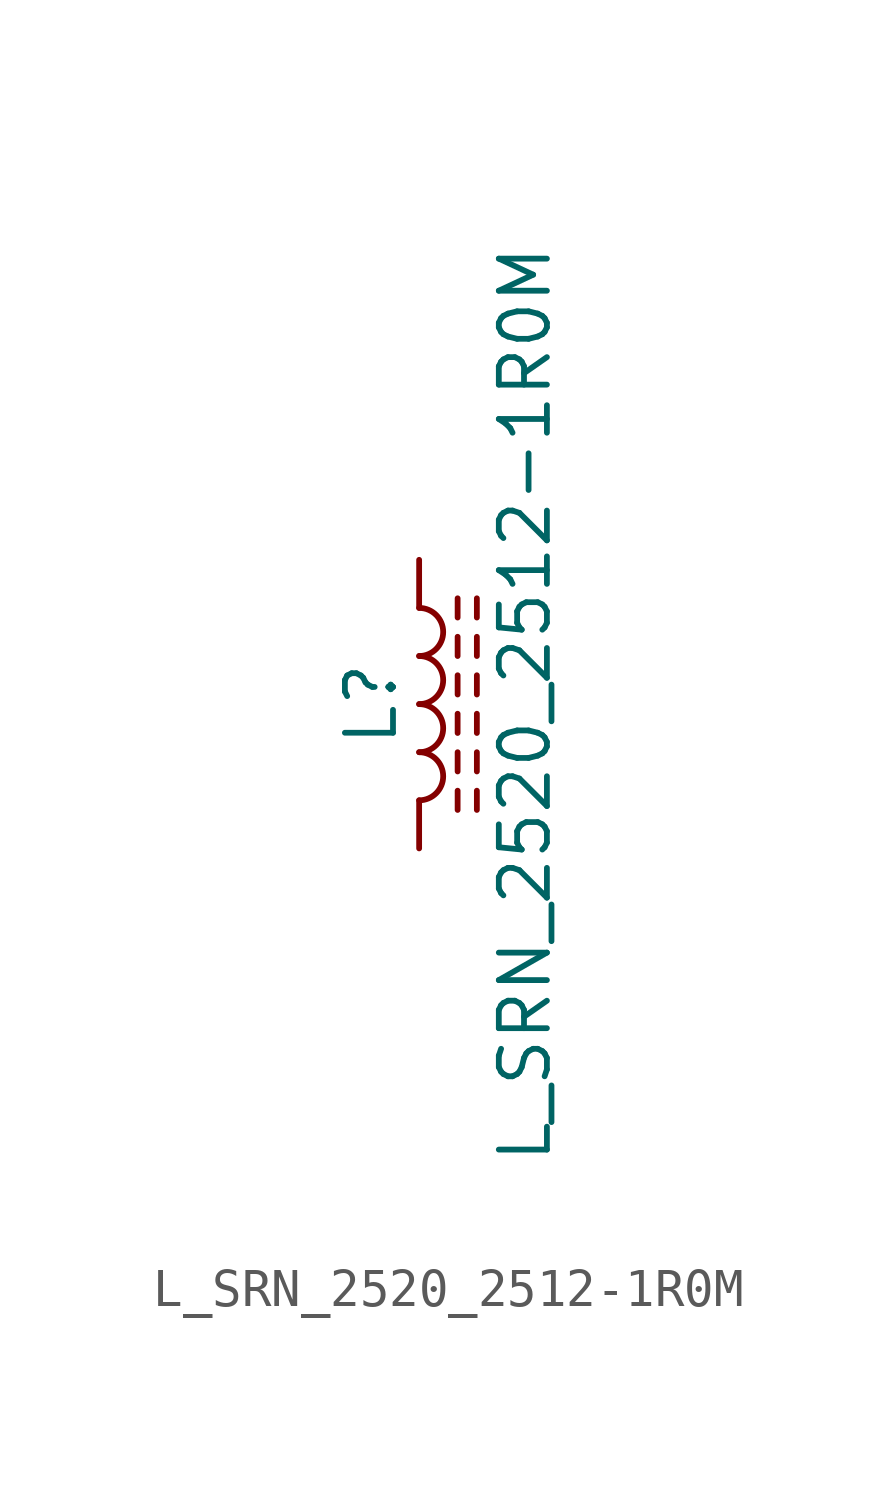
<source format=kicad_sym>
(kicad_symbol_lib
  (version 20211014)
  (generator kicad_symbol_editor)
  (symbol "L_SRN_2520_2512-1R0M"
    (pin_numbers hide)
    (pin_names
      (offset 1.016) hide)
    (property "Reference" "L"
      (at -1.27 0 90)
      (effects (font (size 1.27 1.27))))
    (property "Value" "L_SRN_2520_2512-1R0M"
      (at 2.794 0 90)
      (effects (font (size 1.27 1.27))))
    (symbol "L_SRN_2520_2512-1R0M_0_1"
      (arc (start 0 -2.54) (mid 0.635 -1.905) (end 0 -1.27) (stroke (width 0) (type default) (color 0 0 0 0)) (fill (type none)))
      (arc (start 0 -1.27) (mid 0.635 -0.635) (end 0 0) (stroke (width 0) (type default) (color 0 0 0 0)) (fill (type none)))
      (polyline (pts (xy 1.016 -2.794) (xy 1.016 -2.286)) (stroke (width 0) (type default) (color 0 0 0 0)) (fill (type none)))
      (polyline (pts (xy 1.016 -1.778) (xy 1.016 -1.27)) (stroke (width 0) (type default) (color 0 0 0 0)) (fill (type none)))
      (polyline (pts (xy 1.016 -0.762) (xy 1.016 -0.254)) (stroke (width 0) (type default) (color 0 0 0 0)) (fill (type none)))
      (polyline (pts (xy 1.016 0.254) (xy 1.016 0.762)) (stroke (width 0) (type default) (color 0 0 0 0)) (fill (type none)))
      (polyline (pts (xy 1.016 1.27) (xy 1.016 1.778)) (stroke (width 0) (type default) (color 0 0 0 0)) (fill (type none)))
      (polyline (pts (xy 1.016 2.286) (xy 1.016 2.794)) (stroke (width 0) (type default) (color 0 0 0 0)) (fill (type none)))
      (polyline (pts (xy 1.524 -2.286) (xy 1.524 -2.794)) (stroke (width 0) (type default) (color 0 0 0 0)) (fill (type none)))
      (polyline (pts (xy 1.524 -1.27) (xy 1.524 -1.778)) (stroke (width 0) (type default) (color 0 0 0 0)) (fill (type none)))
      (polyline (pts (xy 1.524 -0.254) (xy 1.524 -0.762)) (stroke (width 0) (type default) (color 0 0 0 0)) (fill (type none)))
      (polyline (pts (xy 1.524 0.762) (xy 1.524 0.254)) (stroke (width 0) (type default) (color 0 0 0 0)) (fill (type none)))
      (polyline (pts (xy 1.524 1.778) (xy 1.524 1.27)) (stroke (width 0) (type default) (color 0 0 0 0)) (fill (type none)))
      (polyline (pts (xy 1.524 2.794) (xy 1.524 2.286)) (stroke (width 0) (type default) (color 0 0 0 0)) (fill (type none)))
      (arc (start 0 0) (mid 0.635 0.635) (end 0 1.27) (stroke (width 0) (type default) (color 0 0 0 0)) (fill (type none)))
      (arc (start 0 1.27) (mid 0.635 1.905) (end 0 2.54) (stroke (width 0) (type default) (color 0 0 0 0)) (fill (type none))))
    (symbol "L_SRN_2520_2512-1R0M_1_1"
      (pin passive line (at 0 3.81 270) (length 1.27) (name "1" (effects (font (size 1.27 1.27)))) (number "1" (effects (font (size 1.27 1.27)))))
      (pin passive line (at 0 -3.81 90) (length 1.27) (name "2" (effects (font (size 1.27 1.27)))) (number "2" (effects (font (size 1.27 1.27))))))))
</source>
